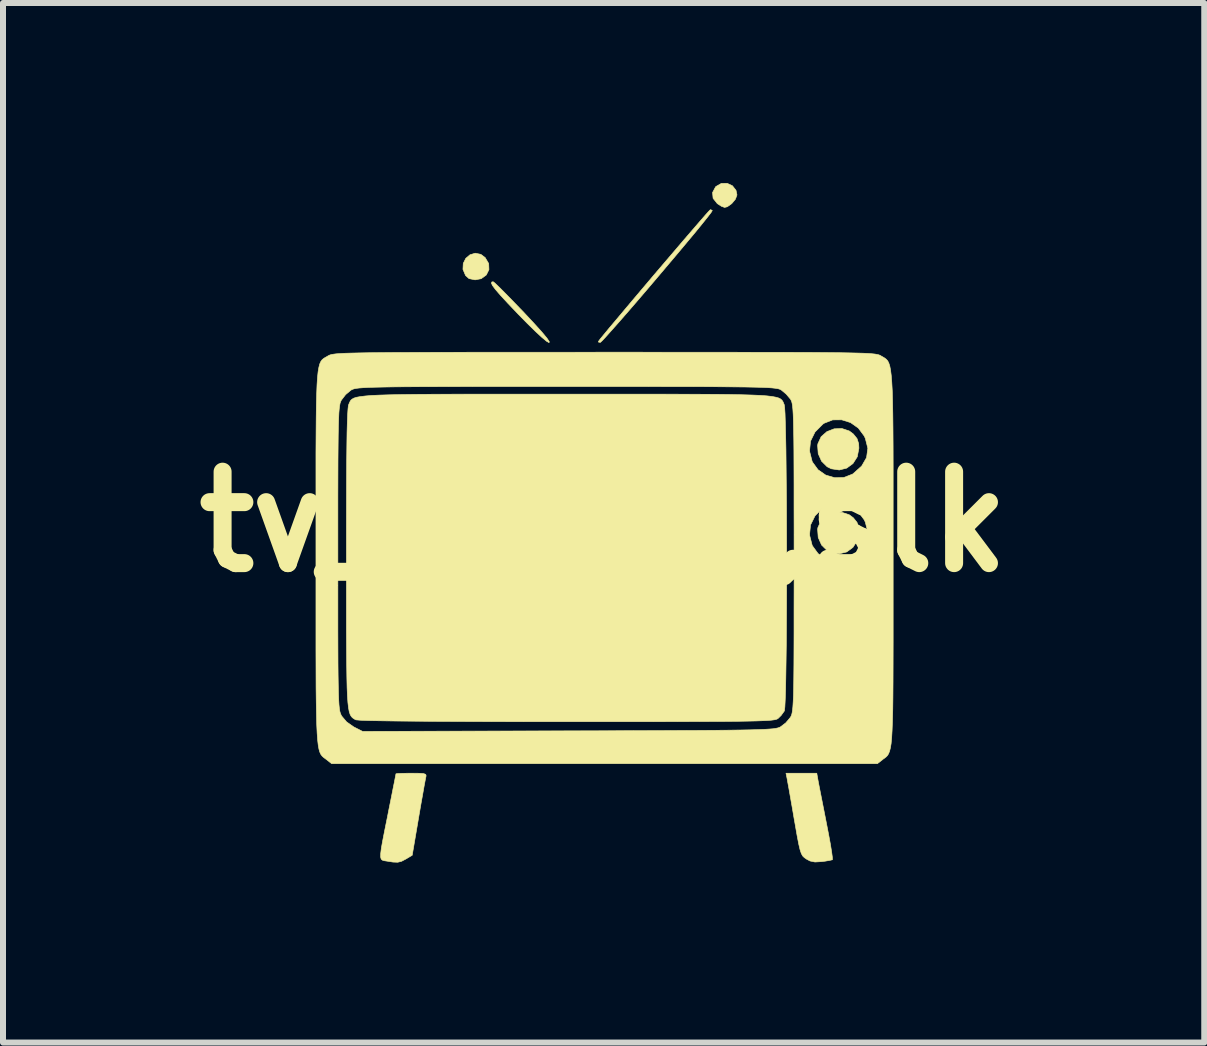
<source format=kicad_pcb>
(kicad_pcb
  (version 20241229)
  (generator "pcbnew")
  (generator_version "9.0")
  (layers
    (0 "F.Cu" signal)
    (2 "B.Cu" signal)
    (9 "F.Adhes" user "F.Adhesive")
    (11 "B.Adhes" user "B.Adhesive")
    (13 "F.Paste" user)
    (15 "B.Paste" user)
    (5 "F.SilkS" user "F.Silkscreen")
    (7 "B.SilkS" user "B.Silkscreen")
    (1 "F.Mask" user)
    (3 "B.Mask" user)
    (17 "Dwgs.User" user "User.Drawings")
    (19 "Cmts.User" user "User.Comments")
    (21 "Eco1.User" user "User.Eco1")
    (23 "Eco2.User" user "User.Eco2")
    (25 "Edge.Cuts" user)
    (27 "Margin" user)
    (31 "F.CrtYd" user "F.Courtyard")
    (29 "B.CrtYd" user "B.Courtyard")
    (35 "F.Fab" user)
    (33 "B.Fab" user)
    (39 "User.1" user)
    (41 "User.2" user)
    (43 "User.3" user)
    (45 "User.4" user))
  (footprint "tv_small,slk"
    (layer "F.Cu")
    (at 7.01 5.646)
    (property "Reference" "tv_small,slk" (at 0 0 0) (layer "F.SilkS") (effects (font (size 1.524 1.524) (thickness 0.3))))
    (attr through_hole)
    (fp_poly (pts (xy -2.046 -4.457) (xy -1.974 -4.403) (xy -1.915 -4.303) (xy -1.911 -4.202) (xy -1.955 -4.113) (xy -2.04 -4.051) (xy -2.141 -4.032) (xy -2.242 -4.052) (xy -2.3 -4.103) (xy -2.344 -4.207) (xy -2.339 -4.306) (xy -2.297 -4.39) (xy -2.226 -4.45) (xy -2.139 -4.476) (xy -2.046 -4.457)) (stroke (width 0.01) (type solid)) (fill yes) (layer "F.SilkS"))
    (fp_poly (pts (xy 2.147 -5.6) (xy 2.207 -5.524) (xy 2.223 -5.447) (xy 2.197 -5.376) (xy 2.136 -5.303) (xy 2.062 -5.25) (xy 2.016 -5.239) (xy 1.966 -5.257) (xy 1.897 -5.301) (xy 1.893 -5.305) (xy 1.825 -5.391) (xy 1.816 -5.487) (xy 1.866 -5.581) (xy 1.873 -5.588) (xy 1.962 -5.639) (xy 2.059 -5.641) (xy 2.147 -5.6)) (stroke (width 0.01) (type solid)) (fill yes) (layer "F.SilkS"))
    (fp_poly (pts (xy 4.095 -1.513) (xy 4.162 -1.463) (xy 4.224 -1.386) (xy 4.251 -1.302) (xy 4.255 -1.225) (xy 4.228 -1.083) (xy 4.156 -0.97) (xy 4.052 -0.894) (xy 3.928 -0.863) (xy 3.795 -0.883) (xy 3.726 -0.917) (xy 3.633 -1.009) (xy 3.577 -1.135) (xy 3.567 -1.272) (xy 3.572 -1.301) (xy 3.626 -1.418) (xy 3.722 -1.502) (xy 3.843 -1.549) (xy 3.972 -1.554) (xy 4.095 -1.513)) (stroke (width 0.01) (type solid)) (fill yes) (layer "F.SilkS"))
    (fp_poly (pts (xy 4.095 -0.116) (xy 4.162 -0.066) (xy 4.224 0.011) (xy 4.251 0.095) (xy 4.255 0.172) (xy 4.228 0.314) (xy 4.156 0.427) (xy 4.052 0.503) (xy 3.928 0.534) (xy 3.795 0.514) (xy 3.726 0.48) (xy 3.633 0.388) (xy 3.577 0.262) (xy 3.567 0.125) (xy 3.572 0.096) (xy 3.626 -0.021) (xy 3.722 -0.105) (xy 3.843 -0.152) (xy 3.972 -0.157) (xy 4.095 -0.116)) (stroke (width 0.01) (type solid)) (fill yes) (layer "F.SilkS"))
    (fp_poly (pts (xy -1.812 -3.978) (xy -1.748 -3.917) (xy -1.653 -3.822) (xy -1.534 -3.701) (xy -1.398 -3.56) (xy -1.333 -3.493) (xy -1.158 -3.305) (xy -1.028 -3.161) (xy -0.944 -3.06) (xy -0.905 -3.001) (xy -0.909 -2.985) (xy -0.95 -3.008) (xy -1.027 -3.072) (xy -1.135 -3.172) (xy -1.267 -3.301) (xy -1.417 -3.454) (xy -1.435 -3.473) (xy -1.598 -3.644) (xy -1.719 -3.775) (xy -1.802 -3.871) (xy -1.851 -3.937) (xy -1.87 -3.977) (xy -1.862 -3.997) (xy -1.84 -4) (xy -1.812 -3.978)) (stroke (width 0.01) (type solid)) (fill yes) (layer "F.SilkS"))
    (fp_poly (pts (xy 3.574 4.31) (xy 3.587 4.379) (xy 3.61 4.497) (xy 3.641 4.654) (xy 3.677 4.836) (xy 3.714 5.025) (xy 3.75 5.211) (xy 3.78 5.374) (xy 3.801 5.505) (xy 3.813 5.595) (xy 3.814 5.632) (xy 3.814 5.633) (xy 3.773 5.643) (xy 3.692 5.657) (xy 3.635 5.664) (xy 3.523 5.671) (xy 3.441 5.654) (xy 3.379 5.621) (xy 3.344 5.596) (xy 3.317 5.569) (xy 3.295 5.528) (xy 3.274 5.465) (xy 3.252 5.371) (xy 3.226 5.236) (xy 3.194 5.052) (xy 3.178 4.962) (xy 3.145 4.769) (xy 3.114 4.593) (xy 3.088 4.444) (xy 3.068 4.336) (xy 3.058 4.279) (xy 3.04 4.191) (xy 3.553 4.191) (xy 3.574 4.31)) (stroke (width 0.01) (type solid)) (fill yes) (layer "F.SilkS"))
    (fp_poly (pts (xy -3.076 4.192) (xy -3.001 4.197) (xy -2.965 4.21) (xy -2.958 4.233) (xy -2.962 4.253) (xy -2.972 4.303) (xy -2.991 4.404) (xy -3.016 4.547) (xy -3.047 4.72) (xy -3.08 4.913) (xy -3.084 4.937) (xy -3.19 5.559) (xy -3.295 5.621) (xy -3.367 5.659) (xy -3.431 5.675) (xy -3.51 5.672) (xy -3.619 5.655) (xy -3.658 5.649) (xy -3.687 5.64) (xy -3.707 5.622) (xy -3.716 5.588) (xy -3.715 5.529) (xy -3.704 5.44) (xy -3.681 5.312) (xy -3.647 5.138) (xy -3.601 4.911) (xy -3.585 4.828) (xy -3.547 4.639) (xy -3.514 4.472) (xy -3.487 4.338) (xy -3.469 4.245) (xy -3.461 4.203) (xy -3.461 4.201) (xy -3.431 4.196) (xy -3.354 4.193) (xy -3.242 4.191) (xy -3.203 4.191) (xy -3.076 4.192)) (stroke (width 0.01) (type solid)) (fill yes) (layer "F.SilkS"))
    (fp_poly (pts (xy 1.809 -5.191) (xy 1.81 -5.184) (xy 1.79 -5.152) (xy 1.733 -5.078) (xy 1.645 -4.968) (xy 1.531 -4.828) (xy 1.395 -4.665) (xy 1.243 -4.483) (xy 1.079 -4.289) (xy 0.91 -4.089) (xy 0.74 -3.889) (xy 0.574 -3.695) (xy 0.417 -3.513) (xy 0.274 -3.349) (xy 0.15 -3.209) (xy 0.051 -3.098) (xy -0.018 -3.023) (xy -0.053 -2.99) (xy -0.055 -2.989) (xy -0.087 -2.995) (xy -0.084 -3.008) (xy -0.056 -3.046) (xy 0.008 -3.124) (xy 0.102 -3.238) (xy 0.222 -3.38) (xy 0.361 -3.546) (xy 0.515 -3.729) (xy 0.68 -3.924) (xy 0.849 -4.124) (xy 1.019 -4.323) (xy 1.183 -4.515) (xy 1.337 -4.696) (xy 1.476 -4.857) (xy 1.595 -4.995) (xy 1.688 -5.102) (xy 1.751 -5.173) (xy 1.779 -5.201) (xy 1.779 -5.202) (xy 1.809 -5.191)) (stroke (width 0.01) (type solid)) (fill yes) (layer "F.SilkS"))
    (fp_poly (pts (xy -0.7 -2.127) (xy -0.619 -2.127) (xy -0.069 -2.127) (xy 0.422 -2.127) (xy 0.856 -2.127) (xy 1.238 -2.126) (xy 1.57 -2.125) (xy 1.856 -2.124) (xy 2.099 -2.121) (xy 2.304 -2.117) (xy 2.474 -2.112) (xy 2.612 -2.106) (xy 2.722 -2.098) (xy 2.807 -2.088) (xy 2.871 -2.076) (xy 2.917 -2.063) (xy 2.949 -2.047) (xy 2.971 -2.028) (xy 2.986 -2.008) (xy 2.997 -1.984) (xy 3.008 -1.957) (xy 3.01 -1.954) (xy 3.017 -1.907) (xy 3.024 -1.802) (xy 3.029 -1.647) (xy 3.034 -1.446) (xy 3.039 -1.205) (xy 3.042 -0.931) (xy 3.045 -0.629) (xy 3.048 -0.306) (xy 3.049 0.033) (xy 3.05 0.381) (xy 3.051 0.734) (xy 3.05 1.083) (xy 3.049 1.425) (xy 3.047 1.753) (xy 3.045 2.06) (xy 3.041 2.341) (xy 3.037 2.591) (xy 3.033 2.802) (xy 3.027 2.969) (xy 3.021 3.086) (xy 3.014 3.147) (xy 3.013 3.153) (xy 2.959 3.228) (xy 2.909 3.277) (xy 2.896 3.286) (xy 2.875 3.294) (xy 2.843 3.301) (xy 2.797 3.307) (xy 2.734 3.312) (xy 2.649 3.316) (xy 2.539 3.32) (xy 2.4 3.323) (xy 2.23 3.326) (xy 2.023 3.328) (xy 1.778 3.329) (xy 1.49 3.33) (xy 1.155 3.331) (xy 0.771 3.332) (xy 0.333 3.332) (xy -0.161 3.332) (xy -0.619 3.332) (xy -1.248 3.332) (xy -1.816 3.331) (xy -2.323 3.329) (xy -2.768 3.327) (xy -3.15 3.324) (xy -3.471 3.321) (xy -3.729 3.317) (xy -3.924 3.313) (xy -4.056 3.308) (xy -4.125 3.302) (xy -4.135 3.299) (xy -4.162 3.283) (xy -4.186 3.266) (xy -4.206 3.244) (xy -4.224 3.212) (xy -4.239 3.166) (xy -4.251 3.103) (xy -4.261 3.017) (xy -4.269 2.906) (xy -4.275 2.763) (xy -4.279 2.587) (xy -4.282 2.371) (xy -4.284 2.113) (xy -4.286 1.807) (xy -4.286 1.451) (xy -4.286 1.038) (xy -4.286 0.606) (xy -4.286 0.117) (xy -4.285 -0.311) (xy -4.284 -0.683) (xy -4.282 -1) (xy -4.279 -1.266) (xy -4.276 -1.483) (xy -4.271 -1.656) (xy -4.266 -1.787) (xy -4.26 -1.878) (xy -4.254 -1.934) (xy -4.248 -1.954) (xy -4.237 -1.98) (xy -4.226 -2.004) (xy -4.212 -2.026) (xy -4.191 -2.044) (xy -4.161 -2.061) (xy -4.117 -2.075) (xy -4.055 -2.086) (xy -3.973 -2.096) (xy -3.867 -2.105) (xy -3.733 -2.111) (xy -3.568 -2.116) (xy -3.369 -2.12) (xy -3.131 -2.123) (xy -2.851 -2.125) (xy -2.525 -2.126) (xy -2.151 -2.127) (xy -1.725 -2.127) (xy -1.242 -2.127) (xy -0.7 -2.127)) (stroke (width 0.01) (type solid)) (fill yes) (layer "F.SilkS"))
    (fp_poly (pts (xy 0.64 -2.826) (xy 1.204 -2.825) (xy 1.711 -2.825) (xy 2.163 -2.825) (xy 2.565 -2.824) (xy 2.919 -2.824) (xy 3.228 -2.823) (xy 3.496 -2.822) (xy 3.725 -2.82) (xy 3.92 -2.818) (xy 4.082 -2.815) (xy 4.216 -2.812) (xy 4.324 -2.809) (xy 4.409 -2.805) (xy 4.475 -2.8) (xy 4.524 -2.795) (xy 4.561 -2.788) (xy 4.587 -2.782) (xy 4.607 -2.774) (xy 4.623 -2.765) (xy 4.629 -2.761) (xy 4.661 -2.743) (xy 4.689 -2.726) (xy 4.714 -2.706) (xy 4.736 -2.68) (xy 4.754 -2.644) (xy 4.77 -2.594) (xy 4.783 -2.527) (xy 4.794 -2.439) (xy 4.803 -2.327) (xy 4.811 -2.185) (xy 4.816 -2.011) (xy 4.82 -1.802) (xy 4.823 -1.552) (xy 4.825 -1.259) (xy 4.826 -0.919) (xy 4.826 -0.528) (xy 4.826 -0.082) (xy 4.826 0.422) (xy 4.826 0.62) (xy 4.826 1.141) (xy 4.826 1.603) (xy 4.826 2.009) (xy 4.825 2.363) (xy 4.824 2.668) (xy 4.822 2.929) (xy 4.819 3.149) (xy 4.814 3.332) (xy 4.808 3.482) (xy 4.801 3.602) (xy 4.792 3.697) (xy 4.78 3.77) (xy 4.766 3.824) (xy 4.75 3.865) (xy 4.732 3.895) (xy 4.71 3.918) (xy 4.685 3.938) (xy 4.657 3.958) (xy 4.648 3.966) (xy 4.563 4.032) (xy -4.532 4.032) (xy -4.616 3.966) (xy -4.645 3.944) (xy -4.671 3.924) (xy -4.693 3.903) (xy -4.713 3.876) (xy -4.73 3.839) (xy -4.744 3.79) (xy -4.756 3.724) (xy -4.766 3.637) (xy -4.774 3.526) (xy -4.781 3.386) (xy -4.785 3.215) (xy -4.789 3.008) (xy -4.792 2.762) (xy -4.793 2.472) (xy -4.794 2.136) (xy -4.794 1.748) (xy -4.794 1.306) (xy -4.794 0.806) (xy -4.794 0.603) (xy -4.429 0.603) (xy -4.429 1.063) (xy -4.429 1.463) (xy -4.429 1.809) (xy -4.428 2.104) (xy -4.427 2.352) (xy -4.425 2.559) (xy -4.422 2.728) (xy -4.419 2.863) (xy -4.415 2.969) (xy -4.41 3.051) (xy -4.404 3.111) (xy -4.397 3.156) (xy -4.388 3.189) (xy -4.378 3.214) (xy -4.367 3.236) (xy -4.365 3.239) (xy -4.284 3.335) (xy -4.169 3.416) (xy -4.159 3.422) (xy -4.017 3.494) (xy -0.587 3.485) (xy -0.045 3.484) (xy 0.437 3.482) (xy 0.863 3.481) (xy 1.236 3.479) (xy 1.56 3.478) (xy 1.839 3.476) (xy 2.076 3.474) (xy 2.275 3.471) (xy 2.439 3.468) (xy 2.573 3.464) (xy 2.679 3.46) (xy 2.762 3.455) (xy 2.825 3.45) (xy 2.871 3.443) (xy 2.904 3.436) (xy 2.929 3.428) (xy 2.946 3.42) (xy 3.037 3.351) (xy 3.111 3.263) (xy 3.113 3.261) (xy 3.124 3.241) (xy 3.134 3.217) (xy 3.142 3.185) (xy 3.149 3.141) (xy 3.155 3.08) (xy 3.16 2.999) (xy 3.165 2.892) (xy 3.168 2.757) (xy 3.17 2.588) (xy 3.172 2.381) (xy 3.173 2.132) (xy 3.174 1.837) (xy 3.174 1.491) (xy 3.175 1.091) (xy 3.175 0.631) (xy 3.175 0.603) (xy 3.175 0.219) (xy 3.432 0.219) (xy 3.475 0.388) (xy 3.481 0.402) (xy 3.574 0.53) (xy 3.702 0.619) (xy 3.851 0.663) (xy 4.005 0.659) (xy 4.149 0.603) (xy 4.16 0.595) (xy 4.301 0.469) (xy 4.383 0.327) (xy 4.404 0.172) (xy 4.362 0.007) (xy 4.344 -0.032) (xy 4.246 -0.164) (xy 4.116 -0.256) (xy 3.969 -0.302) (xy 3.818 -0.301) (xy 3.678 -0.246) (xy 3.654 -0.23) (xy 3.524 -0.099) (xy 3.449 0.053) (xy 3.432 0.219) (xy 3.175 0.219) (xy 3.175 0.14) (xy 3.174 -0.264) (xy 3.174 -0.613) (xy 3.173 -0.911) (xy 3.172 -1.162) (xy 3.172 -1.178) (xy 3.432 -1.178) (xy 3.475 -1.009) (xy 3.481 -0.995) (xy 3.574 -0.867) (xy 3.702 -0.778) (xy 3.851 -0.734) (xy 4.005 -0.738) (xy 4.149 -0.794) (xy 4.16 -0.802) (xy 4.301 -0.928) (xy 4.383 -1.07) (xy 4.404 -1.225) (xy 4.362 -1.39) (xy 4.344 -1.429) (xy 4.246 -1.561) (xy 4.116 -1.653) (xy 3.969 -1.699) (xy 3.818 -1.698) (xy 3.678 -1.643) (xy 3.654 -1.627) (xy 3.524 -1.496) (xy 3.449 -1.344) (xy 3.432 -1.178) (xy 3.172 -1.178) (xy 3.17 -1.372) (xy 3.167 -1.543) (xy 3.164 -1.68) (xy 3.16 -1.787) (xy 3.155 -1.869) (xy 3.149 -1.93) (xy 3.142 -1.974) (xy 3.134 -2.005) (xy 3.124 -2.027) (xy 3.115 -2.043) (xy 3.043 -2.128) (xy 2.964 -2.194) (xy 2.948 -2.203) (xy 2.928 -2.212) (xy 2.899 -2.219) (xy 2.86 -2.225) (xy 2.805 -2.231) (xy 2.731 -2.236) (xy 2.635 -2.24) (xy 2.513 -2.243) (xy 2.362 -2.246) (xy 2.177 -2.248) (xy 1.956 -2.25) (xy 1.695 -2.252) (xy 1.39 -2.253) (xy 1.038 -2.253) (xy 0.634 -2.254) (xy 0.176 -2.254) (xy -0.34 -2.254) (xy -0.619 -2.254) (xy -1.165 -2.254) (xy -1.651 -2.254) (xy -2.081 -2.254) (xy -2.458 -2.253) (xy -2.786 -2.252) (xy -3.069 -2.251) (xy -3.309 -2.25) (xy -3.511 -2.248) (xy -3.679 -2.245) (xy -3.815 -2.242) (xy -3.924 -2.239) (xy -4.009 -2.234) (xy -4.074 -2.229) (xy -4.122 -2.223) (xy -4.157 -2.216) (xy -4.182 -2.208) (xy -4.201 -2.199) (xy -4.213 -2.192) (xy -4.3 -2.119) (xy -4.37 -2.028) (xy -4.372 -2.025) (xy -4.382 -2.003) (xy -4.392 -1.975) (xy -4.399 -1.937) (xy -4.406 -1.884) (xy -4.412 -1.812) (xy -4.416 -1.717) (xy -4.42 -1.595) (xy -4.423 -1.441) (xy -4.425 -1.25) (xy -4.427 -1.02) (xy -4.428 -0.745) (xy -4.429 -0.422) (xy -4.429 -0.045) (xy -4.429 0.389) (xy -4.429 0.603) (xy -4.794 0.603) (xy -4.794 0.078) (xy -4.794 -0.387) (xy -4.794 -0.797) (xy -4.794 -1.154) (xy -4.792 -1.462) (xy -4.79 -1.726) (xy -4.787 -1.948) (xy -4.782 -2.134) (xy -4.776 -2.285) (xy -4.768 -2.407) (xy -4.758 -2.502) (xy -4.745 -2.576) (xy -4.731 -2.63) (xy -4.713 -2.67) (xy -4.693 -2.698) (xy -4.669 -2.719) (xy -4.643 -2.736) (xy -4.612 -2.753) (xy -4.594 -2.764) (xy -4.579 -2.772) (xy -4.561 -2.78) (xy -4.536 -2.787) (xy -4.502 -2.793) (xy -4.456 -2.799) (xy -4.394 -2.803) (xy -4.313 -2.808) (xy -4.21 -2.811) (xy -4.082 -2.814) (xy -3.926 -2.817) (xy -3.738 -2.819) (xy -3.516 -2.821) (xy -3.256 -2.822) (xy -2.955 -2.823) (xy -2.611 -2.824) (xy -2.219 -2.825) (xy -1.777 -2.825) (xy -1.281 -2.825) (xy -0.729 -2.825) (xy -0.118 -2.826) (xy 0.016 -2.826) (xy 0.64 -2.826)) (stroke (width 0.01) (type solid)) (fill yes) (layer "F.SilkS")))
  (gr_rect
    (start -3 -3)
    (end 17.021 14.326)
    (stroke (width 0.1) (type default))
    (fill no)
    (layer "Edge.Cuts")))
</source>
